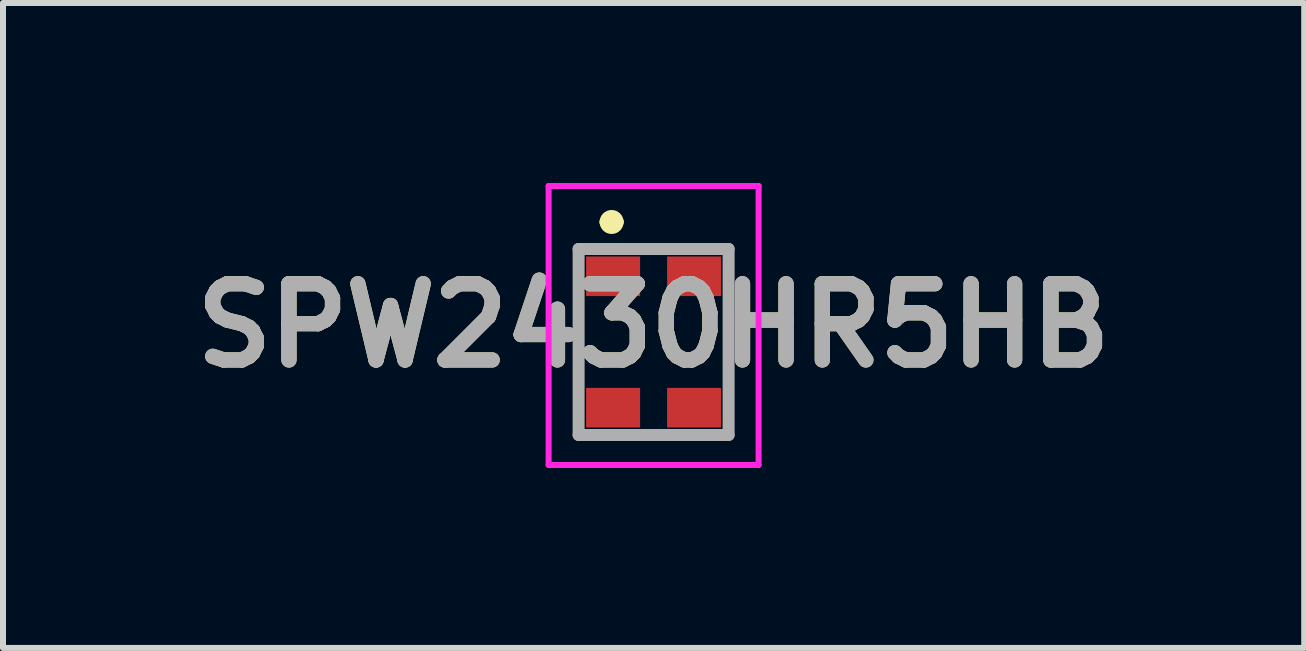
<source format=kicad_pcb>
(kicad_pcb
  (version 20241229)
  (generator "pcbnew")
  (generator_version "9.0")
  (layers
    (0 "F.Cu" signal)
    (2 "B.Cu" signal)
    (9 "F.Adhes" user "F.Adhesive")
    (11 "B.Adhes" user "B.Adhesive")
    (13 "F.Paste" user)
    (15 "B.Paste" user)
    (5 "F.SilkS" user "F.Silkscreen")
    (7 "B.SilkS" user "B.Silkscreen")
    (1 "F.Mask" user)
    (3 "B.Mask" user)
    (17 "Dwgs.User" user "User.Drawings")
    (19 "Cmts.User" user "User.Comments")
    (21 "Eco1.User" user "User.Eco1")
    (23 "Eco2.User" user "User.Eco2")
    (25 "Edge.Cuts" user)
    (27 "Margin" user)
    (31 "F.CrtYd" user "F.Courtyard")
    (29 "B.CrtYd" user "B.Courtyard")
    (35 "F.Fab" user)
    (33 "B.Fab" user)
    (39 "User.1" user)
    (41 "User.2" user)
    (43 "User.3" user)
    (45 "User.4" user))
  (footprint "SPW2430HR5HB"
    (layer "F.Cu")
    (at 7.844 2.65)
    (property "Reference" "SPW2430HR5HB" (at 0 -0.275 0) (layer "F.SilkS") (effects (font (size 1.27 1.27) (thickness 0.254))))
    (attr smd)
    (fp_line (start -1.25 -1.55) (end 1.25 -1.55) (stroke (width 0.1) (type solid)) (layer "F.SilkS"))
    (fp_line (start -1.25 1.55) (end -1.25 -1.55) (stroke (width 0.1) (type solid)) (layer "F.SilkS"))
    (fp_line (start -0.8 -2) (end -0.8 -2) (stroke (width 0.2) (type solid)) (layer "F.SilkS"))
    (fp_line (start -0.6 -2) (end -0.6 -2) (stroke (width 0.2) (type solid)) (layer "F.SilkS"))
    (fp_line (start 1.25 -1.55) (end 1.25 1.55) (stroke (width 0.1) (type solid)) (layer "F.SilkS"))
    (fp_line (start 1.25 1.55) (end -1.25 1.55) (stroke (width 0.1) (type solid)) (layer "F.SilkS"))
    (fp_arc (start -0.8 -2) (mid -0.7 -2.1) (end -0.6 -2) (stroke (width 0.2) (type solid)) (layer "F.SilkS"))
    (fp_arc (start -0.6 -2) (mid -0.7 -1.9) (end -0.8 -2) (stroke (width 0.2) (type solid)) (layer "F.SilkS"))
    (fp_line (start -1.75 -2.6) (end 1.75 -2.6) (stroke (width 0.1) (type solid)) (layer "F.CrtYd"))
    (fp_line (start -1.75 2.05) (end -1.75 -2.6) (stroke (width 0.1) (type solid)) (layer "F.CrtYd"))
    (fp_line (start 1.75 -2.6) (end 1.75 2.05) (stroke (width 0.1) (type solid)) (layer "F.CrtYd"))
    (fp_line (start 1.75 2.05) (end -1.75 2.05) (stroke (width 0.1) (type solid)) (layer "F.CrtYd"))
    (fp_line (start -1.25 -1.55) (end 1.25 -1.55) (stroke (width 0.2) (type solid)) (layer "F.Fab"))
    (fp_line (start -1.25 1.55) (end -1.25 -1.55) (stroke (width 0.2) (type solid)) (layer "F.Fab"))
    (fp_line (start 1.25 -1.55) (end 1.25 1.55) (stroke (width 0.2) (type solid)) (layer "F.Fab"))
    (fp_line (start 1.25 1.55) (end -1.25 1.55) (stroke (width 0.2) (type solid)) (layer "F.Fab"))
    (fp_text user "${REFERENCE}" (at 0 -0.275 0) (layer "F.Fab") (effects (font (size 1.27 1.27) (thickness 0.254))))
    (pad "1" smd rect (at -0.675 -1.095 90) (size 0.66 0.9) (layers "F.Cu" "F.Mask" "F.Paste"))
    (pad "2" smd rect (at -0.675 1.095 90) (size 0.66 0.9) (layers "F.Cu" "F.Mask" "F.Paste"))
    (pad "3" smd rect (at 0.675 1.095 90) (size 0.66 0.9) (layers "F.Cu" "F.Mask" "F.Paste"))
    (pad "4" smd rect (at 0.675 -1.095 90) (size 0.66 0.9) (layers "F.Cu" "F.Mask" "F.Paste")))
  (gr_rect
    (start -3 -3)
    (end 18.688 7.75)
    (stroke (width 0.1) (type default))
    (fill no)
    (layer "Edge.Cuts")))
</source>
